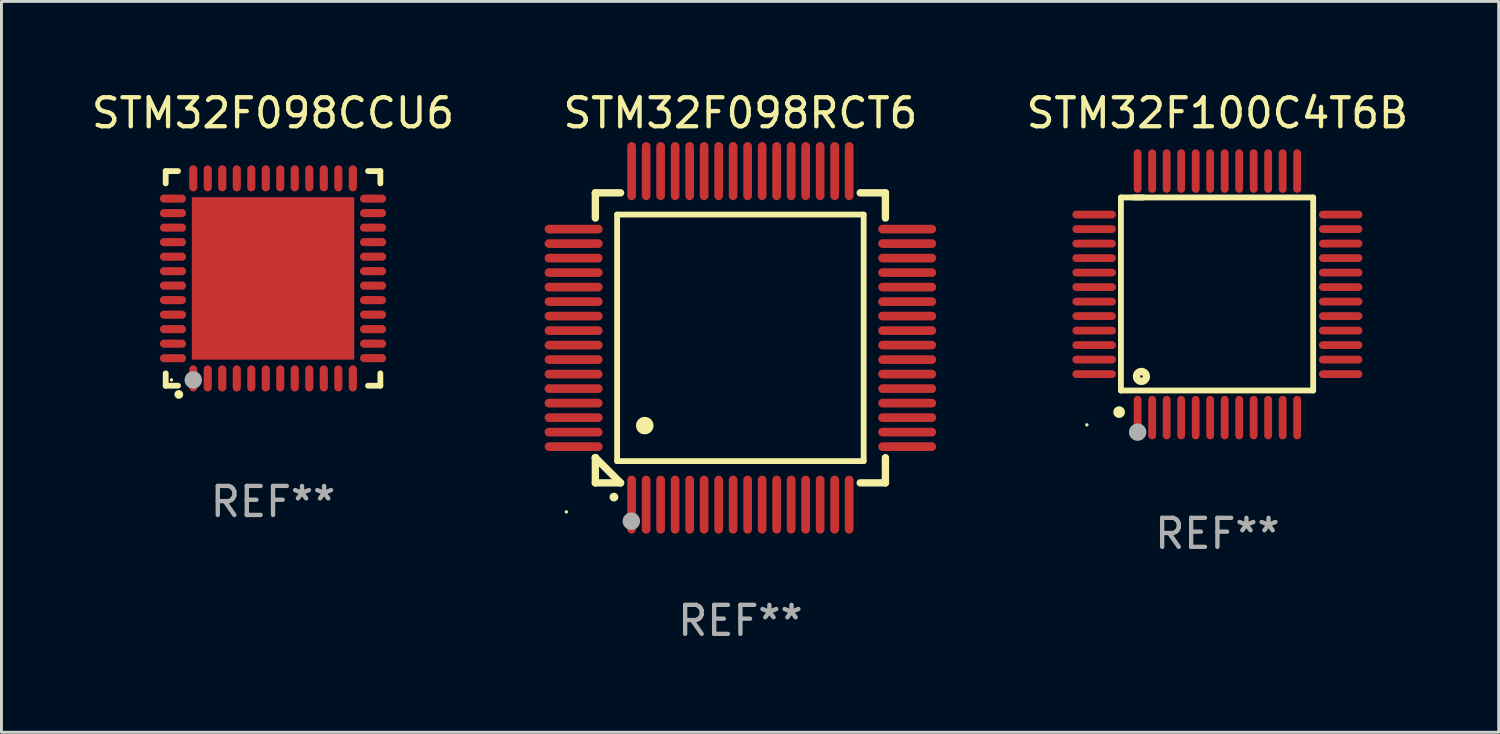
<source format=kicad_pcb>
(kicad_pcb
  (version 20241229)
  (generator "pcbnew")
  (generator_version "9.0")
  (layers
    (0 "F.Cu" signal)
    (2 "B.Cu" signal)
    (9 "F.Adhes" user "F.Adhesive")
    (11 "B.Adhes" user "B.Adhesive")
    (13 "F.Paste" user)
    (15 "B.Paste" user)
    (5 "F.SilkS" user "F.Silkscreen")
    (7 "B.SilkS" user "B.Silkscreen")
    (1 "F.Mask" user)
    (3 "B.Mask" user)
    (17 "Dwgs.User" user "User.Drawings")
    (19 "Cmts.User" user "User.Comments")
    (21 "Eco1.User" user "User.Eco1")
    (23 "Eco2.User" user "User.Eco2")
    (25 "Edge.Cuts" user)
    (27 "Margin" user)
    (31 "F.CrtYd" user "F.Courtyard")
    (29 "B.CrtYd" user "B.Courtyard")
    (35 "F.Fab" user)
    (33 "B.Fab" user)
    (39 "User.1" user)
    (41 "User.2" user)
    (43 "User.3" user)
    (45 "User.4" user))
  (footprint "STM32F098RCT6"
    (layer "F.Cu")
    (at 22.476 8.598)
    (property "Reference" "STM32F098RCT6" (at 0 -7.75 0) (layer "F.SilkS") (effects (font (size 1 1) (thickness 0.15))))
    (attr through_hole)
    (fp_line (start -5 -5) (end -4.131 -5) (stroke (width 0.254) (type solid)) (layer "F.SilkS"))
    (fp_line (start -5 -4.131) (end -5 -5) (stroke (width 0.254) (type solid)) (layer "F.SilkS"))
    (fp_line (start -5 4.131) (end -5 4.131) (stroke (width 0.254) (type solid)) (layer "F.SilkS"))
    (fp_line (start -5 5) (end -5 4.131) (stroke (width 0.254) (type solid)) (layer "F.SilkS"))
    (fp_line (start -5 4.131) (end -4.131 5) (stroke (width 0.254) (type solid)) (layer "F.SilkS"))
    (fp_line (start -4.25 -4.25) (end -4.25 4.25) (stroke (width 0.2) (type solid)) (layer "F.SilkS"))
    (fp_line (start -4.25 4.25) (end 4.25 4.25) (stroke (width 0.2) (type solid)) (layer "F.SilkS"))
    (fp_line (start -4.131 5) (end -5 5) (stroke (width 0.254) (type solid)) (layer "F.SilkS"))
    (fp_line (start 4.25 -4.25) (end -4.25 -4.25) (stroke (width 0.2) (type solid)) (layer "F.SilkS"))
    (fp_line (start 4.25 4.25) (end 4.25 -4.25) (stroke (width 0.2) (type solid)) (layer "F.SilkS"))
    (fp_line (start 5 -5) (end 4.131 -5) (stroke (width 0.254) (type solid)) (layer "F.SilkS"))
    (fp_line (start 5 -5) (end 5 -4.131) (stroke (width 0.254) (type solid)) (layer "F.SilkS"))
    (fp_line (start 5 4.131) (end 5 5) (stroke (width 0.254) (type solid)) (layer "F.SilkS"))
    (fp_line (start 5 5) (end 4.131 5) (stroke (width 0.254) (type solid)) (layer "F.SilkS"))
    (fp_arc (start -4.361265 5.489992) (mid -4.359995 5.489987) (end -4.358725 5.489992) (stroke (width 0.3) (type solid)) (layer "F.SilkS"))
    (fp_arc (start -3.299467 3.025146) (mid -3.296927 3.025135) (end -3.294387 3.025146) (stroke (width 0.6) (type solid)) (layer "F.SilkS"))
    (fp_circle (center -6 6) (end -5.97 6) (stroke (width 0.06) (type solid)) (fill no) (layer "F.SilkS"))
    (fp_circle (center -3.76 6.32) (end -3.61 6.32) (stroke (width 0.3) (type solid)) (fill no) (layer "F.Fab"))
    (fp_text user "REF**" (at 0 9.75 0) (layer "F.Fab") (effects (font (size 1 1) (thickness 0.15))))
    (pad "1" smd oval (at -3.75 5.75) (size 0.3 2) (layers "F.Cu" "F.Mask" "F.Paste"))
    (pad "2" smd oval (at -3.25 5.75) (size 0.3 2) (layers "F.Cu" "F.Mask" "F.Paste"))
    (pad "3" smd oval (at -2.75 5.75) (size 0.3 2) (layers "F.Cu" "F.Mask" "F.Paste"))
    (pad "4" smd oval (at -2.25 5.75) (size 0.3 2) (layers "F.Cu" "F.Mask" "F.Paste"))
    (pad "5" smd oval (at -1.75 5.75) (size 0.3 2) (layers "F.Cu" "F.Mask" "F.Paste"))
    (pad "6" smd oval (at -1.25 5.75) (size 0.3 2) (layers "F.Cu" "F.Mask" "F.Paste"))
    (pad "7" smd oval (at -0.75 5.75) (size 0.3 2) (layers "F.Cu" "F.Mask" "F.Paste"))
    (pad "8" smd oval (at -0.25 5.75) (size 0.3 2) (layers "F.Cu" "F.Mask" "F.Paste"))
    (pad "9" smd oval (at 0.25 5.75) (size 0.3 2) (layers "F.Cu" "F.Mask" "F.Paste"))
    (pad "10" smd oval (at 0.75 5.75) (size 0.3 2) (layers "F.Cu" "F.Mask" "F.Paste"))
    (pad "11" smd oval (at 1.25 5.75) (size 0.3 2) (layers "F.Cu" "F.Mask" "F.Paste"))
    (pad "12" smd oval (at 1.75 5.75) (size 0.3 2) (layers "F.Cu" "F.Mask" "F.Paste"))
    (pad "13" smd oval (at 2.25 5.75) (size 0.3 2) (layers "F.Cu" "F.Mask" "F.Paste"))
    (pad "14" smd oval (at 2.75 5.75) (size 0.3 2) (layers "F.Cu" "F.Mask" "F.Paste"))
    (pad "15" smd oval (at 3.25 5.75) (size 0.3 2) (layers "F.Cu" "F.Mask" "F.Paste"))
    (pad "16" smd oval (at 3.75 5.75) (size 0.3 2) (layers "F.Cu" "F.Mask" "F.Paste"))
    (pad "17" smd oval (at 5.75 3.75) (size 2 0.3) (layers "F.Cu" "F.Mask" "F.Paste"))
    (pad "18" smd oval (at 5.75 3.25) (size 2 0.3) (layers "F.Cu" "F.Mask" "F.Paste"))
    (pad "19" smd oval (at 5.75 2.75) (size 2 0.3) (layers "F.Cu" "F.Mask" "F.Paste"))
    (pad "20" smd oval (at 5.75 2.25) (size 2 0.3) (layers "F.Cu" "F.Mask" "F.Paste"))
    (pad "21" smd oval (at 5.75 1.75) (size 2 0.3) (layers "F.Cu" "F.Mask" "F.Paste"))
    (pad "22" smd oval (at 5.75 1.25) (size 2 0.3) (layers "F.Cu" "F.Mask" "F.Paste"))
    (pad "23" smd oval (at 5.75 0.75) (size 2 0.3) (layers "F.Cu" "F.Mask" "F.Paste"))
    (pad "24" smd oval (at 5.75 0.25) (size 2 0.3) (layers "F.Cu" "F.Mask" "F.Paste"))
    (pad "25" smd oval (at 5.75 -0.25) (size 2 0.3) (layers "F.Cu" "F.Mask" "F.Paste"))
    (pad "26" smd oval (at 5.75 -0.75) (size 2 0.3) (layers "F.Cu" "F.Mask" "F.Paste"))
    (pad "27" smd oval (at 5.75 -1.25) (size 2 0.3) (layers "F.Cu" "F.Mask" "F.Paste"))
    (pad "28" smd oval (at 5.75 -1.75) (size 2 0.3) (layers "F.Cu" "F.Mask" "F.Paste"))
    (pad "29" smd oval (at 5.75 -2.25) (size 2 0.3) (layers "F.Cu" "F.Mask" "F.Paste"))
    (pad "30" smd oval (at 5.75 -2.75) (size 2 0.3) (layers "F.Cu" "F.Mask" "F.Paste"))
    (pad "31" smd oval (at 5.75 -3.25) (size 2 0.3) (layers "F.Cu" "F.Mask" "F.Paste"))
    (pad "32" smd oval (at 5.75 -3.75) (size 2 0.3) (layers "F.Cu" "F.Mask" "F.Paste"))
    (pad "33" smd oval (at 3.75 -5.75) (size 0.3 2) (layers "F.Cu" "F.Mask" "F.Paste"))
    (pad "34" smd oval (at 3.25 -5.75) (size 0.3 2) (layers "F.Cu" "F.Mask" "F.Paste"))
    (pad "35" smd oval (at 2.75 -5.75) (size 0.3 2) (layers "F.Cu" "F.Mask" "F.Paste"))
    (pad "36" smd oval (at 2.25 -5.75) (size 0.3 2) (layers "F.Cu" "F.Mask" "F.Paste"))
    (pad "37" smd oval (at 1.75 -5.75) (size 0.3 2) (layers "F.Cu" "F.Mask" "F.Paste"))
    (pad "38" smd oval (at 1.25 -5.75) (size 0.3 2) (layers "F.Cu" "F.Mask" "F.Paste"))
    (pad "39" smd oval (at 0.75 -5.75) (size 0.3 2) (layers "F.Cu" "F.Mask" "F.Paste"))
    (pad "40" smd oval (at 0.25 -5.75) (size 0.3 2) (layers "F.Cu" "F.Mask" "F.Paste"))
    (pad "41" smd oval (at -0.25 -5.75) (size 0.3 2) (layers "F.Cu" "F.Mask" "F.Paste"))
    (pad "42" smd oval (at -0.75 -5.75) (size 0.3 2) (layers "F.Cu" "F.Mask" "F.Paste"))
    (pad "43" smd oval (at -1.25 -5.75) (size 0.3 2) (layers "F.Cu" "F.Mask" "F.Paste"))
    (pad "44" smd oval (at -1.75 -5.75) (size 0.3 2) (layers "F.Cu" "F.Mask" "F.Paste"))
    (pad "45" smd oval (at -2.25 -5.75) (size 0.3 2) (layers "F.Cu" "F.Mask" "F.Paste"))
    (pad "46" smd oval (at -2.75 -5.75) (size 0.3 2) (layers "F.Cu" "F.Mask" "F.Paste"))
    (pad "47" smd oval (at -3.25 -5.75) (size 0.3 2) (layers "F.Cu" "F.Mask" "F.Paste"))
    (pad "48" smd oval (at -3.75 -5.75) (size 0.3 2) (layers "F.Cu" "F.Mask" "F.Paste"))
    (pad "49" smd oval (at -5.75 -3.75) (size 2 0.3) (layers "F.Cu" "F.Mask" "F.Paste"))
    (pad "50" smd oval (at -5.75 -3.25) (size 2 0.3) (layers "F.Cu" "F.Mask" "F.Paste"))
    (pad "51" smd oval (at -5.75 -2.75) (size 2 0.3) (layers "F.Cu" "F.Mask" "F.Paste"))
    (pad "52" smd oval (at -5.75 -2.25) (size 2 0.3) (layers "F.Cu" "F.Mask" "F.Paste"))
    (pad "53" smd oval (at -5.75 -1.75) (size 2 0.3) (layers "F.Cu" "F.Mask" "F.Paste"))
    (pad "54" smd oval (at -5.75 -1.25) (size 2 0.3) (layers "F.Cu" "F.Mask" "F.Paste"))
    (pad "55" smd oval (at -5.75 -0.75) (size 2 0.3) (layers "F.Cu" "F.Mask" "F.Paste"))
    (pad "56" smd oval (at -5.75 -0.25) (size 2 0.3) (layers "F.Cu" "F.Mask" "F.Paste"))
    (pad "57" smd oval (at -5.75 0.25) (size 2 0.3) (layers "F.Cu" "F.Mask" "F.Paste"))
    (pad "58" smd oval (at -5.75 0.75) (size 2 0.3) (layers "F.Cu" "F.Mask" "F.Paste"))
    (pad "59" smd oval (at -5.75 1.25) (size 2 0.3) (layers "F.Cu" "F.Mask" "F.Paste"))
    (pad "60" smd oval (at -5.75 1.75) (size 2 0.3) (layers "F.Cu" "F.Mask" "F.Paste"))
    (pad "61" smd oval (at -5.75 2.25) (size 2 0.3) (layers "F.Cu" "F.Mask" "F.Paste"))
    (pad "62" smd oval (at -5.75 2.75) (size 2 0.3) (layers "F.Cu" "F.Mask" "F.Paste"))
    (pad "63" smd oval (at -5.75 3.25) (size 2 0.3) (layers "F.Cu" "F.Mask" "F.Paste"))
    (pad "64" smd oval (at -5.75 3.75) (size 2 0.3) (layers "F.Cu" "F.Mask" "F.Paste")))
  (footprint "STM32F098CCU6"
    (layer "F.Cu")
    (at 6.363 6.548)
    (property "Reference" "STM32F098CCU6" (at 0 -5.7 0) (layer "F.SilkS") (effects (font (size 1 1) (thickness 0.15))))
    (attr through_hole)
    (fp_line (start -3.7 -3.7) (end -3.275 -3.7) (stroke (width 0.2) (type solid)) (layer "F.SilkS"))
    (fp_line (start -3.7 -3.275) (end -3.7 -3.7) (stroke (width 0.2) (type solid)) (layer "F.SilkS"))
    (fp_line (start -3.7 3.7) (end -3.7 3.275) (stroke (width 0.2) (type solid)) (layer "F.SilkS"))
    (fp_line (start -3.275 3.7) (end -3.7 3.7) (stroke (width 0.2) (type solid)) (layer "F.SilkS"))
    (fp_line (start 3.7 -3.7) (end 3.275 -3.7) (stroke (width 0.2) (type solid)) (layer "F.SilkS"))
    (fp_line (start 3.7 -3.275) (end 3.7 -3.7) (stroke (width 0.2) (type solid)) (layer "F.SilkS"))
    (fp_line (start 3.7 3.275) (end 3.7 3.7) (stroke (width 0.2) (type solid)) (layer "F.SilkS"))
    (fp_line (start 3.7 3.7) (end 3.275 3.7) (stroke (width 0.2) (type solid)) (layer "F.SilkS"))
    (fp_arc (start -3.249936 3.999975) (mid -3.248666 3.99997) (end -3.247396 3.999975) (stroke (width 0.3) (type solid)) (layer "F.SilkS"))
    (fp_circle (center -3.5 3.5) (end -3.47 3.5) (stroke (width 0.06) (type solid)) (fill no) (layer "F.SilkS"))
    (fp_circle (center -2.75 3.5) (end -2.6 3.5) (stroke (width 0.3) (type solid)) (fill no) (layer "F.Fab"))
    (fp_text user "REF**" (at 0 7.7 0) (layer "F.Fab") (effects (font (size 1 1) (thickness 0.15))))
    (pad "1" smd oval (at -2.751 3.449) (size 0.28 0.9) (layers "F.Cu" "F.Mask" "F.Paste"))
    (pad "2" smd oval (at -2.25 3.449) (size 0.28 0.9) (layers "F.Cu" "F.Mask" "F.Paste"))
    (pad "3" smd oval (at -1.75 3.449) (size 0.28 0.9) (layers "F.Cu" "F.Mask" "F.Paste"))
    (pad "4" smd oval (at -1.25 3.449) (size 0.28 0.9) (layers "F.Cu" "F.Mask" "F.Paste"))
    (pad "5" smd oval (at -0.749 3.449) (size 0.28 0.9) (layers "F.Cu" "F.Mask" "F.Paste"))
    (pad "6" smd oval (at -0.249 3.449) (size 0.28 0.9) (layers "F.Cu" "F.Mask" "F.Paste"))
    (pad "7" smd oval (at 0.249 3.449) (size 0.28 0.9) (layers "F.Cu" "F.Mask" "F.Paste"))
    (pad "8" smd oval (at 0.749 3.449) (size 0.28 0.9) (layers "F.Cu" "F.Mask" "F.Paste"))
    (pad "9" smd oval (at 1.25 3.449) (size 0.28 0.9) (layers "F.Cu" "F.Mask" "F.Paste"))
    (pad "10" smd oval (at 1.75 3.449) (size 0.28 0.9) (layers "F.Cu" "F.Mask" "F.Paste"))
    (pad "11" smd oval (at 2.251 3.449) (size 0.28 0.9) (layers "F.Cu" "F.Mask" "F.Paste"))
    (pad "12" smd oval (at 2.751 3.449) (size 0.28 0.9) (layers "F.Cu" "F.Mask" "F.Paste"))
    (pad "13" smd oval (at 3.449 2.75) (size 0.9 0.28) (layers "F.Cu" "F.Mask" "F.Paste"))
    (pad "14" smd oval (at 3.449 2.25) (size 0.9 0.28) (layers "F.Cu" "F.Mask" "F.Paste"))
    (pad "15" smd oval (at 3.449 1.75) (size 0.9 0.28) (layers "F.Cu" "F.Mask" "F.Paste"))
    (pad "16" smd oval (at 3.449 1.25) (size 0.9 0.28) (layers "F.Cu" "F.Mask" "F.Paste"))
    (pad "17" smd oval (at 3.449 0.75) (size 0.9 0.28) (layers "F.Cu" "F.Mask" "F.Paste"))
    (pad "18" smd oval (at 3.449 0.25) (size 0.9 0.28) (layers "F.Cu" "F.Mask" "F.Paste"))
    (pad "19" smd oval (at 3.449 -0.25) (size 0.9 0.28) (layers "F.Cu" "F.Mask" "F.Paste"))
    (pad "20" smd oval (at 3.449 -0.75) (size 0.9 0.28) (layers "F.Cu" "F.Mask" "F.Paste"))
    (pad "21" smd oval (at 3.449 -1.25) (size 0.9 0.28) (layers "F.Cu" "F.Mask" "F.Paste"))
    (pad "22" smd oval (at 3.449 -1.75) (size 0.9 0.28) (layers "F.Cu" "F.Mask" "F.Paste"))
    (pad "23" smd oval (at 3.449 -2.25) (size 0.9 0.28) (layers "F.Cu" "F.Mask" "F.Paste"))
    (pad "24" smd oval (at 3.449 -2.75) (size 0.9 0.28) (layers "F.Cu" "F.Mask" "F.Paste"))
    (pad "25" smd oval (at 2.751 -3.449) (size 0.28 0.9) (layers "F.Cu" "F.Mask" "F.Paste"))
    (pad "26" smd oval (at 2.251 -3.449) (size 0.28 0.9) (layers "F.Cu" "F.Mask" "F.Paste"))
    (pad "27" smd oval (at 1.75 -3.449) (size 0.28 0.9) (layers "F.Cu" "F.Mask" "F.Paste"))
    (pad "28" smd oval (at 1.25 -3.449) (size 0.28 0.9) (layers "F.Cu" "F.Mask" "F.Paste"))
    (pad "29" smd oval (at 0.749 -3.449) (size 0.28 0.9) (layers "F.Cu" "F.Mask" "F.Paste"))
    (pad "30" smd oval (at 0.249 -3.449) (size 0.28 0.9) (layers "F.Cu" "F.Mask" "F.Paste"))
    (pad "31" smd oval (at -0.249 -3.449) (size 0.28 0.9) (layers "F.Cu" "F.Mask" "F.Paste"))
    (pad "32" smd oval (at -0.749 -3.449) (size 0.28 0.9) (layers "F.Cu" "F.Mask" "F.Paste"))
    (pad "33" smd oval (at -1.25 -3.449) (size 0.28 0.9) (layers "F.Cu" "F.Mask" "F.Paste"))
    (pad "34" smd oval (at -1.75 -3.449) (size 0.28 0.9) (layers "F.Cu" "F.Mask" "F.Paste"))
    (pad "35" smd oval (at -2.25 -3.449) (size 0.28 0.9) (layers "F.Cu" "F.Mask" "F.Paste"))
    (pad "36" smd oval (at -2.751 -3.449) (size 0.28 0.9) (layers "F.Cu" "F.Mask" "F.Paste"))
    (pad "37" smd oval (at -3.449 -2.751) (size 0.9 0.28) (layers "F.Cu" "F.Mask" "F.Paste"))
    (pad "38" smd oval (at -3.449 -2.25) (size 0.9 0.28) (layers "F.Cu" "F.Mask" "F.Paste"))
    (pad "39" smd oval (at -3.449 -1.75) (size 0.9 0.28) (layers "F.Cu" "F.Mask" "F.Paste"))
    (pad "40" smd oval (at -3.449 -1.25) (size 0.9 0.28) (layers "F.Cu" "F.Mask" "F.Paste"))
    (pad "41" smd oval (at -3.449 -0.749) (size 0.9 0.28) (layers "F.Cu" "F.Mask" "F.Paste"))
    (pad "42" smd oval (at -3.449 -0.249) (size 0.9 0.28) (layers "F.Cu" "F.Mask" "F.Paste"))
    (pad "43" smd oval (at -3.449 0.249) (size 0.9 0.28) (layers "F.Cu" "F.Mask" "F.Paste"))
    (pad "44" smd oval (at -3.449 0.749) (size 0.9 0.28) (layers "F.Cu" "F.Mask" "F.Paste"))
    (pad "45" smd oval (at -3.449 1.25) (size 0.9 0.28) (layers "F.Cu" "F.Mask" "F.Paste"))
    (pad "46" smd oval (at -3.449 1.75) (size 0.9 0.28) (layers "F.Cu" "F.Mask" "F.Paste"))
    (pad "47" smd oval (at -3.449 2.25) (size 0.9 0.28) (layers "F.Cu" "F.Mask" "F.Paste"))
    (pad "48" smd oval (at -3.449 2.751) (size 0.9 0.28) (layers "F.Cu" "F.Mask" "F.Paste"))
    (pad "49" smd rect (at 0.000076 -0.000025) (size 5.6 5.6) (layers "F.Cu" "F.Mask" "F.Paste")))
  (footprint "STM32F100C4T6B"
    (layer "F.Cu")
    (at 38.922 7.098)
    (property "Reference" "STM32F100C4T6B" (at 0 -6.25 0) (layer "F.SilkS") (effects (font (size 1 1) (thickness 0.15))))
    (attr through_hole)
    (fp_line (start -3.327 -3.34) (end -2.565 -3.34) (stroke (width 0.2) (type solid)) (layer "F.SilkS"))
    (fp_line (start -3.327 3.315) (end -3.327 -3.34) (stroke (width 0.2) (type solid)) (layer "F.SilkS"))
    (fp_line (start -2.896 -3.34) (end 3.302 -3.34) (stroke (width 0.2) (type solid)) (layer "F.SilkS"))
    (fp_line (start 3.302 -3.34) (end 3.302 3.315) (stroke (width 0.2) (type solid)) (layer "F.SilkS"))
    (fp_line (start 3.302 3.315) (end -3.327 3.315) (stroke (width 0.2) (type solid)) (layer "F.SilkS"))
    (fp_arc (start -3.389992 4.059995) (mid -3.388722 4.059991) (end -3.387452 4.059995) (stroke (width 0.4) (type solid)) (layer "F.SilkS"))
    (fp_circle (center -4.5 4.5) (end -4.47 4.5) (stroke (width 0.06) (type solid)) (fill no) (layer "F.SilkS"))
    (fp_circle (center -2.62 2.83) (end -2.45 2.83) (stroke (width 0.254) (type solid)) (fill no) (layer "F.SilkS"))
    (fp_circle (center -2.75 4.75) (end -2.6 4.75) (stroke (width 0.3) (type solid)) (fill no) (layer "F.Fab"))
    (fp_text user "REF**" (at 0 8.25 0) (layer "F.Fab") (effects (font (size 1 1) (thickness 0.15))))
    (pad "1" smd oval (at -2.75 4.25) (size 0.27 1.5) (layers "F.Cu" "F.Mask" "F.Paste"))
    (pad "2" smd oval (at -2.25 4.25) (size 0.27 1.5) (layers "F.Cu" "F.Mask" "F.Paste"))
    (pad "3" smd oval (at -1.75 4.25) (size 0.27 1.5) (layers "F.Cu" "F.Mask" "F.Paste"))
    (pad "4" smd oval (at -1.25 4.25) (size 0.27 1.5) (layers "F.Cu" "F.Mask" "F.Paste"))
    (pad "5" smd oval (at -0.75 4.25) (size 0.27 1.5) (layers "F.Cu" "F.Mask" "F.Paste"))
    (pad "6" smd oval (at -0.25 4.25) (size 0.27 1.5) (layers "F.Cu" "F.Mask" "F.Paste"))
    (pad "7" smd oval (at 0.25 4.25) (size 0.27 1.5) (layers "F.Cu" "F.Mask" "F.Paste"))
    (pad "8" smd oval (at 0.75 4.25) (size 0.27 1.5) (layers "F.Cu" "F.Mask" "F.Paste"))
    (pad "9" smd oval (at 1.25 4.25) (size 0.27 1.5) (layers "F.Cu" "F.Mask" "F.Paste"))
    (pad "10" smd oval (at 1.75 4.25) (size 0.27 1.5) (layers "F.Cu" "F.Mask" "F.Paste"))
    (pad "11" smd oval (at 2.25 4.25) (size 0.27 1.5) (layers "F.Cu" "F.Mask" "F.Paste"))
    (pad "12" smd oval (at 2.75 4.25) (size 0.27 1.5) (layers "F.Cu" "F.Mask" "F.Paste"))
    (pad "13" smd oval (at 4.25 2.75) (size 1.5 0.27) (layers "F.Cu" "F.Mask" "F.Paste"))
    (pad "14" smd oval (at 4.25 2.25) (size 1.5 0.27) (layers "F.Cu" "F.Mask" "F.Paste"))
    (pad "15" smd oval (at 4.25 1.75) (size 1.5 0.27) (layers "F.Cu" "F.Mask" "F.Paste"))
    (pad "16" smd oval (at 4.25 1.25) (size 1.5 0.27) (layers "F.Cu" "F.Mask" "F.Paste"))
    (pad "17" smd oval (at 4.25 0.75) (size 1.5 0.27) (layers "F.Cu" "F.Mask" "F.Paste"))
    (pad "18" smd oval (at 4.25 0.25) (size 1.5 0.27) (layers "F.Cu" "F.Mask" "F.Paste"))
    (pad "19" smd oval (at 4.25 -0.25) (size 1.5 0.27) (layers "F.Cu" "F.Mask" "F.Paste"))
    (pad "20" smd oval (at 4.25 -0.75) (size 1.5 0.27) (layers "F.Cu" "F.Mask" "F.Paste"))
    (pad "21" smd oval (at 4.25 -1.25) (size 1.5 0.27) (layers "F.Cu" "F.Mask" "F.Paste"))
    (pad "22" smd oval (at 4.25 -1.75) (size 1.5 0.27) (layers "F.Cu" "F.Mask" "F.Paste"))
    (pad "23" smd oval (at 4.25 -2.25) (size 1.5 0.27) (layers "F.Cu" "F.Mask" "F.Paste"))
    (pad "24" smd oval (at 4.25 -2.75) (size 1.5 0.27) (layers "F.Cu" "F.Mask" "F.Paste"))
    (pad "25" smd oval (at 2.75 -4.25) (size 0.27 1.5) (layers "F.Cu" "F.Mask" "F.Paste"))
    (pad "26" smd oval (at 2.25 -4.25) (size 0.27 1.5) (layers "F.Cu" "F.Mask" "F.Paste"))
    (pad "27" smd oval (at 1.75 -4.25) (size 0.27 1.5) (layers "F.Cu" "F.Mask" "F.Paste"))
    (pad "28" smd oval (at 1.25 -4.25) (size 0.27 1.5) (layers "F.Cu" "F.Mask" "F.Paste"))
    (pad "29" smd oval (at 0.75 -4.25) (size 0.27 1.5) (layers "F.Cu" "F.Mask" "F.Paste"))
    (pad "30" smd oval (at 0.25 -4.25) (size 0.27 1.5) (layers "F.Cu" "F.Mask" "F.Paste"))
    (pad "31" smd oval (at -0.25 -4.25) (size 0.27 1.5) (layers "F.Cu" "F.Mask" "F.Paste"))
    (pad "32" smd oval (at -0.75 -4.25) (size 0.27 1.5) (layers "F.Cu" "F.Mask" "F.Paste"))
    (pad "33" smd oval (at -1.25 -4.25) (size 0.27 1.5) (layers "F.Cu" "F.Mask" "F.Paste"))
    (pad "34" smd oval (at -1.75 -4.25) (size 0.27 1.5) (layers "F.Cu" "F.Mask" "F.Paste"))
    (pad "35" smd oval (at -2.25 -4.25) (size 0.27 1.5) (layers "F.Cu" "F.Mask" "F.Paste"))
    (pad "36" smd oval (at -2.75 -4.25) (size 0.27 1.5) (layers "F.Cu" "F.Mask" "F.Paste"))
    (pad "37" smd oval (at -4.25 -2.75) (size 1.5 0.27) (layers "F.Cu" "F.Mask" "F.Paste"))
    (pad "38" smd oval (at -4.25 -2.25) (size 1.5 0.27) (layers "F.Cu" "F.Mask" "F.Paste"))
    (pad "39" smd oval (at -4.25 -1.75) (size 1.5 0.27) (layers "F.Cu" "F.Mask" "F.Paste"))
    (pad "40" smd oval (at -4.25 -1.25) (size 1.5 0.27) (layers "F.Cu" "F.Mask" "F.Paste"))
    (pad "41" smd oval (at -4.25 -0.75) (size 1.5 0.27) (layers "F.Cu" "F.Mask" "F.Paste"))
    (pad "42" smd oval (at -4.25 -0.25) (size 1.5 0.27) (layers "F.Cu" "F.Mask" "F.Paste"))
    (pad "43" smd oval (at -4.25 0.25) (size 1.5 0.27) (layers "F.Cu" "F.Mask" "F.Paste"))
    (pad "44" smd oval (at -4.25 0.75) (size 1.5 0.27) (layers "F.Cu" "F.Mask" "F.Paste"))
    (pad "45" smd oval (at -4.25 1.25) (size 1.5 0.27) (layers "F.Cu" "F.Mask" "F.Paste"))
    (pad "46" smd oval (at -4.25 1.75) (size 1.5 0.27) (layers "F.Cu" "F.Mask" "F.Paste"))
    (pad "47" smd oval (at -4.25 2.25) (size 1.5 0.27) (layers "F.Cu" "F.Mask" "F.Paste"))
    (pad "48" smd oval (at -4.25 2.75) (size 1.5 0.27) (layers "F.Cu" "F.Mask" "F.Paste")))
  (gr_rect
    (start -3 -3)
    (end 48.619 22.196)
    (stroke (width 0.1) (type default))
    (fill no)
    (layer "Edge.Cuts")))
</source>
